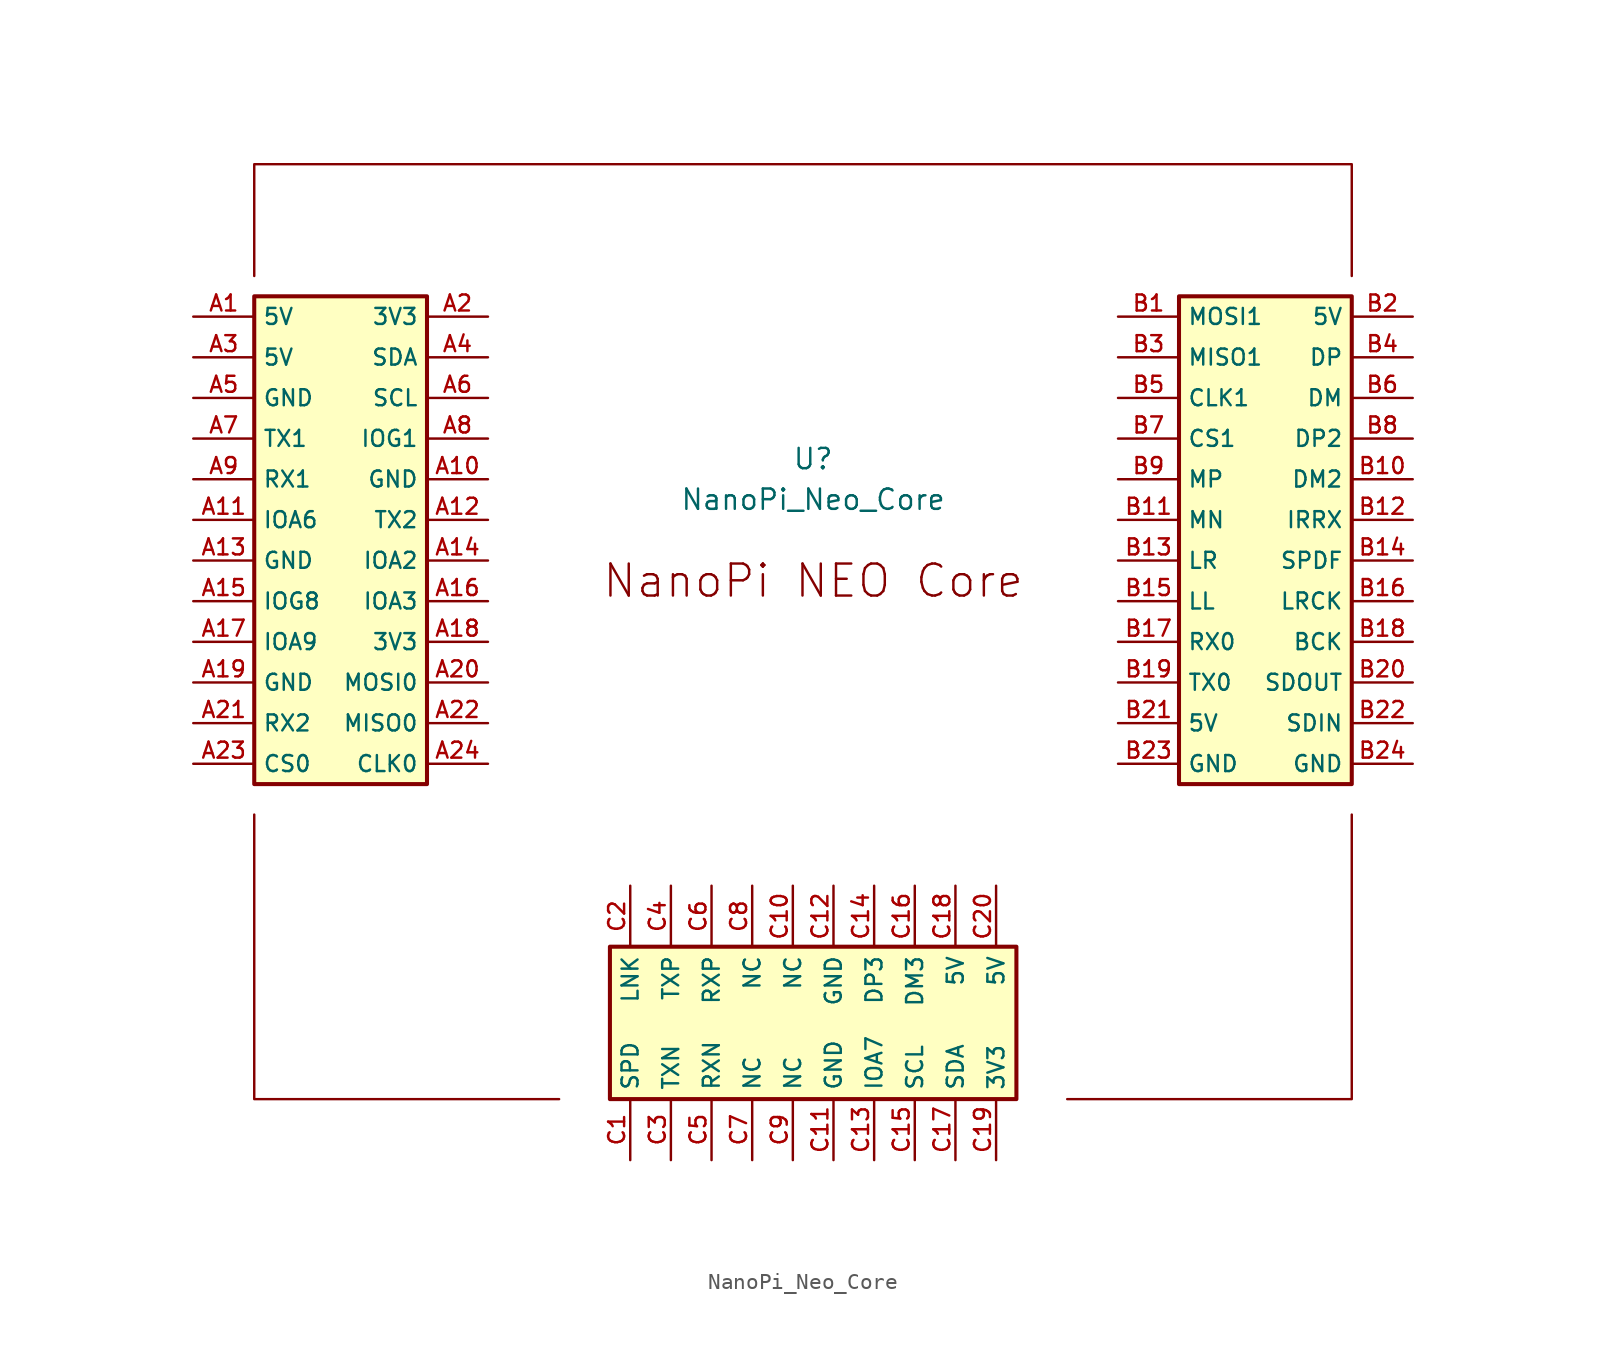
<source format=kicad_sym>
(kicad_symbol_lib
  (version 20211014)
  (generator kicad_symbol_editor)
  (symbol "NanoPi_Neo_Core"
    (property "Reference" "U"
      (at 0 6.985 0)
      (effects (font (size 1.27 1.27))))
    (property "Value" "NanoPi_Neo_Core"
      (at 0 4.445 0)
      (effects (font (size 1.27 1.27))))
    (symbol "NanoPi_Neo_Core_0_0"
      (polyline (pts (xy -34.925 -15.24) (xy -34.925 -33.02) (xy -15.875 -33.02)) (stroke (width 0) (type default) (color 0 0 0 0)) (fill (type none)))
      (polyline (pts (xy 15.875 -33.02) (xy 33.655 -33.02) (xy 33.655 -15.24)) (stroke (width 0) (type default) (color 0 0 0 0)) (fill (type none)))
      (polyline (pts (xy -34.925 18.415) (xy -34.925 25.4) (xy 33.655 25.4) (xy 33.655 18.415)) (stroke (width 0) (type default) (color 0 0 0 0)) (fill (type none)))
      (text "NanoPi NEO Core" (at 0 -0.635 0) (effects (font (size 2 2)))))
    (symbol "NanoPi_Neo_Core_1_1"
      (rectangle (start -34.925 17.145) (end -24.13 -13.335) (stroke (width 0.254) (type default) (color 0 0 0 0)) (fill (type background)))
      (rectangle (start -12.7 -23.495) (end 12.7 -33.02) (stroke (width 0.254) (type default) (color 0 0 0 0)) (fill (type background)))
      (rectangle (start 22.86 17.145) (end 33.655 -13.335) (stroke (width 0.254) (type default) (color 0 0 0 0)) (fill (type background)))
      (pin passive line (at -38.735 15.875 0) (length 3.81) (name "5V" (effects (font (size 1 1)))) (number "A1" (effects (font (size 1 1)))))
      (pin passive line (at -20.32 5.715 180) (length 3.81) (name "GND" (effects (font (size 1 1)))) (number "A10" (effects (font (size 1 1)))))
      (pin passive line (at -38.735 3.175 0) (length 3.81) (name "IOA6" (effects (font (size 1 1)))) (number "A11" (effects (font (size 1 1)))))
      (pin passive line (at -20.32 3.175 180) (length 3.81) (name "TX2" (effects (font (size 1 1)))) (number "A12" (effects (font (size 1 1)))))
      (pin passive line (at -38.735 0.635 0) (length 3.81) (name "GND" (effects (font (size 1 1)))) (number "A13" (effects (font (size 1 1)))))
      (pin passive line (at -20.32 0.635 180) (length 3.81) (name "IOA2" (effects (font (size 1 1)))) (number "A14" (effects (font (size 1 1)))))
      (pin passive line (at -38.735 -1.905 0) (length 3.81) (name "IOG8" (effects (font (size 1 1)))) (number "A15" (effects (font (size 1 1)))))
      (pin passive line (at -20.32 -1.905 180) (length 3.81) (name "IOA3" (effects (font (size 1 1)))) (number "A16" (effects (font (size 1 1)))))
      (pin passive line (at -38.735 -4.445 0) (length 3.81) (name "IOA9" (effects (font (size 1 1)))) (number "A17" (effects (font (size 1 1)))))
      (pin passive line (at -20.32 -4.445 180) (length 3.81) (name "3V3" (effects (font (size 1 1)))) (number "A18" (effects (font (size 1 1)))))
      (pin passive line (at -38.735 -6.985 0) (length 3.81) (name "GND" (effects (font (size 1 1)))) (number "A19" (effects (font (size 1 1)))))
      (pin passive line (at -20.32 15.875 180) (length 3.81) (name "3V3" (effects (font (size 1 1)))) (number "A2" (effects (font (size 1 1)))))
      (pin passive line (at -20.32 -6.985 180) (length 3.81) (name "MOSI0" (effects (font (size 1 1)))) (number "A20" (effects (font (size 1 1)))))
      (pin passive line (at -38.735 -9.525 0) (length 3.81) (name "RX2" (effects (font (size 1 1)))) (number "A21" (effects (font (size 1 1)))))
      (pin passive line (at -20.32 -9.525 180) (length 3.81) (name "MISO0" (effects (font (size 1 1)))) (number "A22" (effects (font (size 1 1)))))
      (pin passive line (at -38.735 -12.065 0) (length 3.81) (name "CS0" (effects (font (size 1 1)))) (number "A23" (effects (font (size 1 1)))))
      (pin passive line (at -20.32 -12.065 180) (length 3.81) (name "CLK0" (effects (font (size 1 1)))) (number "A24" (effects (font (size 1 1)))))
      (pin passive line (at -38.735 13.335 0) (length 3.81) (name "5V" (effects (font (size 1 1)))) (number "A3" (effects (font (size 1 1)))))
      (pin passive line (at -20.32 13.335 180) (length 3.81) (name "SDA" (effects (font (size 1 1)))) (number "A4" (effects (font (size 1 1)))))
      (pin passive line (at -38.735 10.795 0) (length 3.81) (name "GND" (effects (font (size 1 1)))) (number "A5" (effects (font (size 1 1)))))
      (pin passive line (at -20.32 10.795 180) (length 3.81) (name "SCL" (effects (font (size 1 1)))) (number "A6" (effects (font (size 1 1)))))
      (pin passive line (at -38.735 8.255 0) (length 3.81) (name "TX1" (effects (font (size 1 1)))) (number "A7" (effects (font (size 1 1)))))
      (pin passive line (at -20.32 8.255 180) (length 3.81) (name "IOG1" (effects (font (size 1 1)))) (number "A8" (effects (font (size 1 1)))))
      (pin passive line (at -38.735 5.715 0) (length 3.81) (name "RX1" (effects (font (size 1 1)))) (number "A9" (effects (font (size 1 1)))))
      (pin passive line (at 19.05 15.875 0) (length 3.81) (name "MOSI1" (effects (font (size 1 1)))) (number "B1" (effects (font (size 1 1)))))
      (pin passive line (at 37.465 5.715 180) (length 3.81) (name "DM2" (effects (font (size 1 1)))) (number "B10" (effects (font (size 1 1)))))
      (pin passive line (at 19.05 3.175 0) (length 3.81) (name "MN" (effects (font (size 1 1)))) (number "B11" (effects (font (size 1 1)))))
      (pin passive line (at 37.465 3.175 180) (length 3.81) (name "IRRX" (effects (font (size 1 1)))) (number "B12" (effects (font (size 1 1)))))
      (pin passive line (at 19.05 0.635 0) (length 3.81) (name "LR" (effects (font (size 1 1)))) (number "B13" (effects (font (size 1 1)))))
      (pin passive line (at 37.465 0.635 180) (length 3.81) (name "SPDF" (effects (font (size 1 1)))) (number "B14" (effects (font (size 1 1)))))
      (pin passive line (at 19.05 -1.905 0) (length 3.81) (name "LL" (effects (font (size 1 1)))) (number "B15" (effects (font (size 1 1)))))
      (pin passive line (at 37.465 -1.905 180) (length 3.81) (name "LRCK" (effects (font (size 1 1)))) (number "B16" (effects (font (size 1 1)))))
      (pin passive line (at 19.05 -4.445 0) (length 3.81) (name "RX0" (effects (font (size 1 1)))) (number "B17" (effects (font (size 1 1)))))
      (pin passive line (at 37.465 -4.445 180) (length 3.81) (name "BCK" (effects (font (size 1 1)))) (number "B18" (effects (font (size 1 1)))))
      (pin passive line (at 19.05 -6.985 0) (length 3.81) (name "TX0" (effects (font (size 1 1)))) (number "B19" (effects (font (size 1 1)))))
      (pin passive line (at 37.465 15.875 180) (length 3.81) (name "5V" (effects (font (size 1 1)))) (number "B2" (effects (font (size 1 1)))))
      (pin passive line (at 37.465 -6.985 180) (length 3.81) (name "SDOUT" (effects (font (size 1 1)))) (number "B20" (effects (font (size 1 1)))))
      (pin passive line (at 19.05 -9.525 0) (length 3.81) (name "5V" (effects (font (size 1 1)))) (number "B21" (effects (font (size 1 1)))))
      (pin passive line (at 37.465 -9.525 180) (length 3.81) (name "SDIN" (effects (font (size 1 1)))) (number "B22" (effects (font (size 1 1)))))
      (pin passive line (at 19.05 -12.065 0) (length 3.81) (name "GND" (effects (font (size 1 1)))) (number "B23" (effects (font (size 1 1)))))
      (pin passive line (at 37.465 -12.065 180) (length 3.81) (name "GND" (effects (font (size 1 1)))) (number "B24" (effects (font (size 1 1)))))
      (pin passive line (at 19.05 13.335 0) (length 3.81) (name "MISO1" (effects (font (size 1 1)))) (number "B3" (effects (font (size 1 1)))))
      (pin passive line (at 37.465 13.335 180) (length 3.81) (name "DP" (effects (font (size 1 1)))) (number "B4" (effects (font (size 1 1)))))
      (pin passive line (at 19.05 10.795 0) (length 3.81) (name "CLK1" (effects (font (size 1 1)))) (number "B5" (effects (font (size 1 1)))))
      (pin passive line (at 37.465 10.795 180) (length 3.81) (name "DM" (effects (font (size 1 1)))) (number "B6" (effects (font (size 1 1)))))
      (pin passive line (at 19.05 8.255 0) (length 3.81) (name "CS1" (effects (font (size 1 1)))) (number "B7" (effects (font (size 1 1)))))
      (pin passive line (at 37.465 8.255 180) (length 3.81) (name "DP2" (effects (font (size 1 1)))) (number "B8" (effects (font (size 1 1)))))
      (pin passive line (at 19.05 5.715 0) (length 3.81) (name "MP" (effects (font (size 1 1)))) (number "B9" (effects (font (size 1 1)))))
      (pin passive line (at -11.43 -36.83 90) (length 3.81) (name "SPD" (effects (font (size 1 1)))) (number "C1" (effects (font (size 1 1)))))
      (pin passive line (at -1.27 -19.685 270) (length 3.81) (name "NC" (effects (font (size 1 1)))) (number "C10" (effects (font (size 1 1)))))
      (pin passive line (at 1.27 -36.83 90) (length 3.81) (name "GND" (effects (font (size 1 1)))) (number "C11" (effects (font (size 1 1)))))
      (pin passive line (at 1.27 -19.685 270) (length 3.81) (name "GND" (effects (font (size 1 1)))) (number "C12" (effects (font (size 1 1)))))
      (pin passive line (at 3.81 -36.83 90) (length 3.81) (name "IOA7" (effects (font (size 1 1)))) (number "C13" (effects (font (size 1 1)))))
      (pin passive line (at 3.81 -19.685 270) (length 3.81) (name "DP3" (effects (font (size 1 1)))) (number "C14" (effects (font (size 1 1)))))
      (pin passive line (at 6.35 -36.83 90) (length 3.81) (name "SCL" (effects (font (size 1 1)))) (number "C15" (effects (font (size 1 1)))))
      (pin passive line (at 6.35 -19.685 270) (length 3.81) (name "DM3" (effects (font (size 1 1)))) (number "C16" (effects (font (size 1 1)))))
      (pin passive line (at 8.89 -36.83 90) (length 3.81) (name "SDA" (effects (font (size 1 1)))) (number "C17" (effects (font (size 1 1)))))
      (pin passive line (at 8.89 -19.685 270) (length 3.81) (name "5V" (effects (font (size 1 1)))) (number "C18" (effects (font (size 1 1)))))
      (pin passive line (at 11.43 -36.83 90) (length 3.81) (name "3V3" (effects (font (size 1 1)))) (number "C19" (effects (font (size 1 1)))))
      (pin passive line (at -11.43 -19.685 270) (length 3.81) (name "LNK" (effects (font (size 1 1)))) (number "C2" (effects (font (size 1 1)))))
      (pin passive line (at 11.43 -19.685 270) (length 3.81) (name "5V" (effects (font (size 1 1)))) (number "C20" (effects (font (size 1 1)))))
      (pin passive line (at -8.89 -36.83 90) (length 3.81) (name "TXN" (effects (font (size 1 1)))) (number "C3" (effects (font (size 1 1)))))
      (pin passive line (at -8.89 -19.685 270) (length 3.81) (name "TXP" (effects (font (size 1 1)))) (number "C4" (effects (font (size 1 1)))))
      (pin passive line (at -6.35 -36.83 90) (length 3.81) (name "RXN" (effects (font (size 1 1)))) (number "C5" (effects (font (size 1 1)))))
      (pin passive line (at -6.35 -19.685 270) (length 3.81) (name "RXP" (effects (font (size 1 1)))) (number "C6" (effects (font (size 1 1)))))
      (pin passive line (at -3.81 -36.83 90) (length 3.81) (name "NC" (effects (font (size 1 1)))) (number "C7" (effects (font (size 1 1)))))
      (pin passive line (at -3.81 -19.685 270) (length 3.81) (name "NC" (effects (font (size 1 1)))) (number "C8" (effects (font (size 1 1)))))
      (pin passive line (at -1.27 -36.83 90) (length 3.81) (name "NC" (effects (font (size 1 1)))) (number "C9" (effects (font (size 1 1))))))))
</source>
